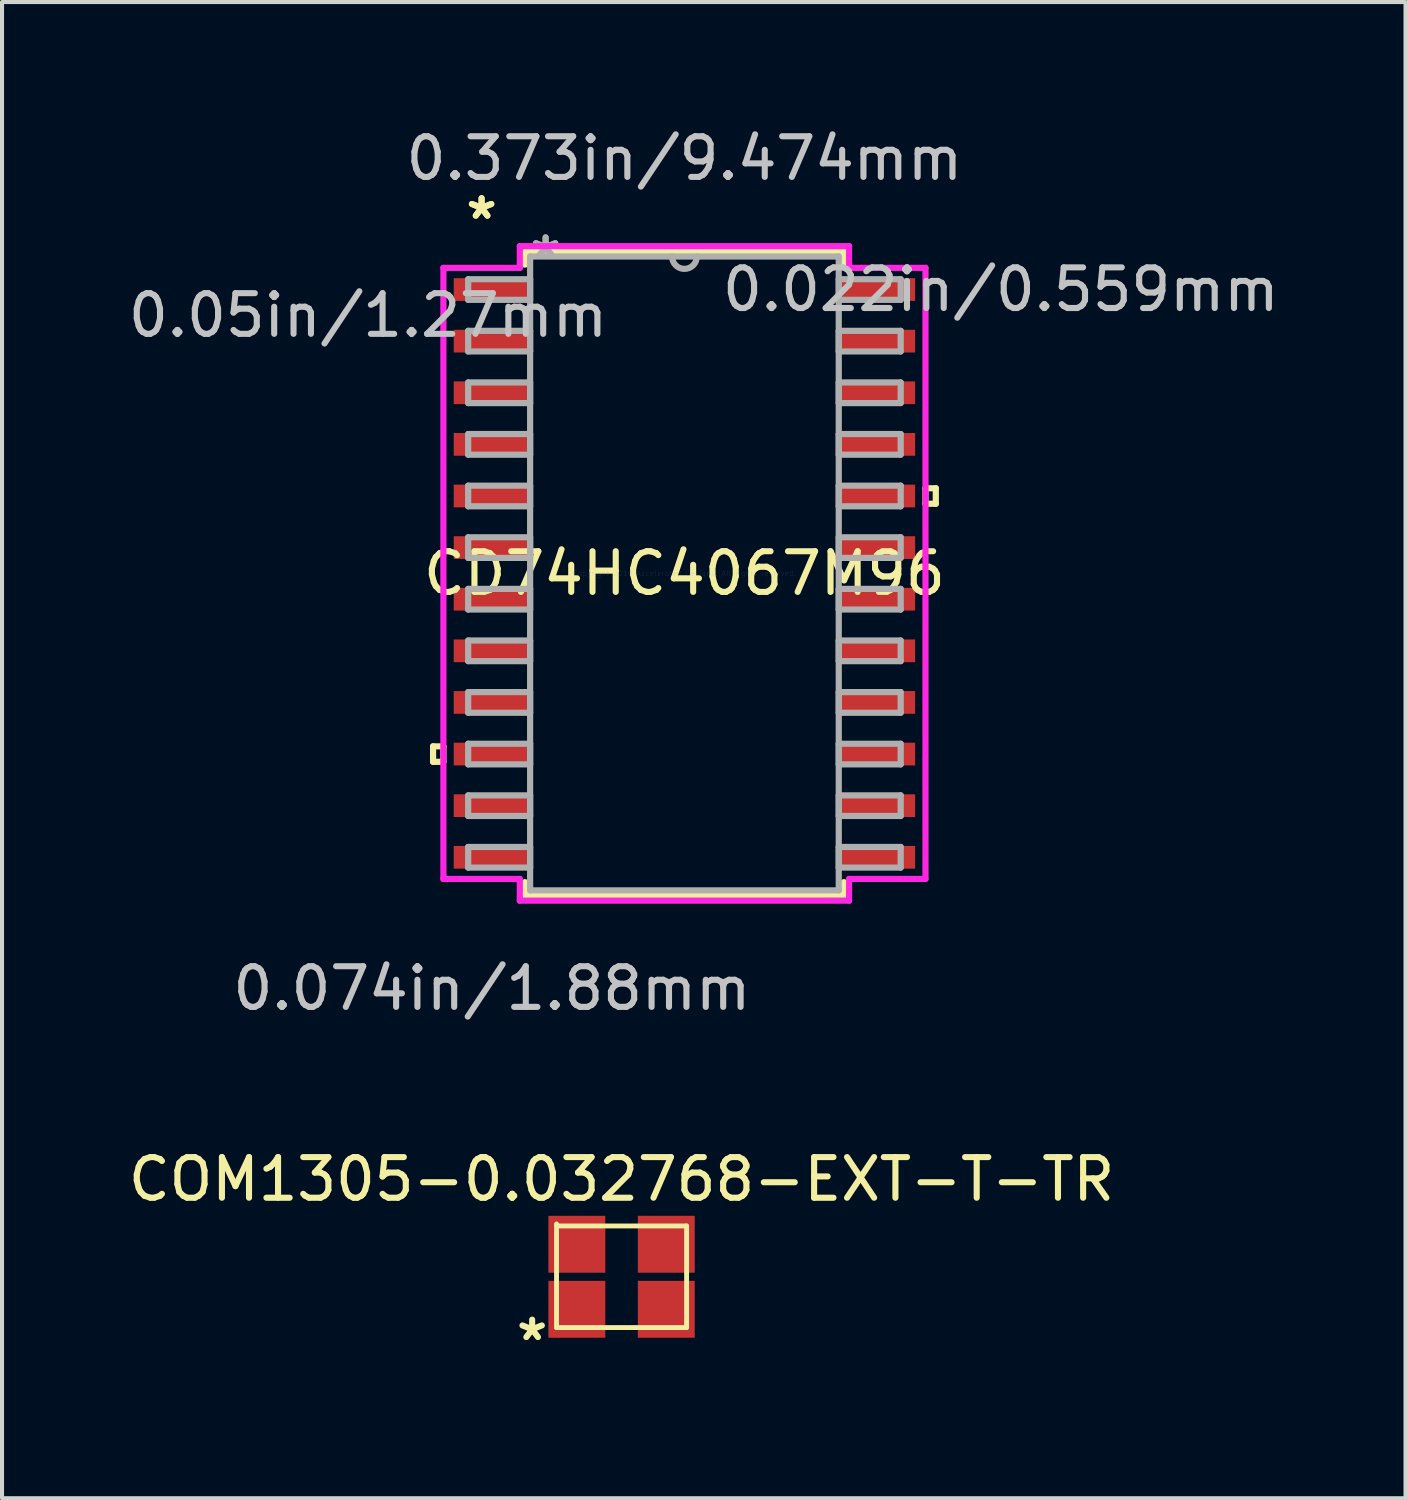
<source format=kicad_pcb>
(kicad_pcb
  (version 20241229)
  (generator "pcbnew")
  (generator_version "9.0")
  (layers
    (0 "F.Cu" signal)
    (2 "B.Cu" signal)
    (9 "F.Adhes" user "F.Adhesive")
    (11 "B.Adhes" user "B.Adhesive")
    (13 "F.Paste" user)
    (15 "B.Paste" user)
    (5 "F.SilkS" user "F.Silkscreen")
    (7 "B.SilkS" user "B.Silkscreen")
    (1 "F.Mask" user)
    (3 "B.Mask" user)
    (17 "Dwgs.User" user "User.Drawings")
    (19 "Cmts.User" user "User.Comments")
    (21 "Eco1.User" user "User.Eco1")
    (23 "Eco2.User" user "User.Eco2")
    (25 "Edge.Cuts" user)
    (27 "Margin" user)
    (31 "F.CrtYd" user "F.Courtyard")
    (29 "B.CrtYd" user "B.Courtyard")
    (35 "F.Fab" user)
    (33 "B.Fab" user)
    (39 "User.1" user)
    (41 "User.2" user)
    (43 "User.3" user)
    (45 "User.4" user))
  (footprint "CD74HC4067M96"
    (layer "F.Cu")
    (at 13.791 11.059)
    (property "Reference" "CD74HC4067M96" (at 0 0 0) (layer "F.SilkS") (effects (font (size 1 1) (thickness 0.15))))
    (attr through_hole)
    (fp_line (start -6.185 4.255) (end -6.185 4.636) (stroke (width 0.152) (type solid)) (layer "F.SilkS"))
    (fp_line (start -6.185 4.636) (end -5.931 4.636) (stroke (width 0.152) (type solid)) (layer "F.SilkS"))
    (fp_line (start -5.931 4.255) (end -6.185 4.255) (stroke (width 0.152) (type solid)) (layer "F.SilkS"))
    (fp_line (start -5.931 4.636) (end -5.931 4.255) (stroke (width 0.152) (type solid)) (layer "F.SilkS"))
    (fp_line (start -3.924 -7.925) (end -3.924 -7.597) (stroke (width 0.152) (type solid)) (layer "F.SilkS"))
    (fp_line (start -3.924 7.597) (end -3.924 7.925) (stroke (width 0.152) (type solid)) (layer "F.SilkS"))
    (fp_line (start -3.924 7.925) (end 3.924 7.925) (stroke (width 0.152) (type solid)) (layer "F.SilkS"))
    (fp_line (start 3.924 -7.925) (end -3.924 -7.925) (stroke (width 0.152) (type solid)) (layer "F.SilkS"))
    (fp_line (start 3.924 -7.597) (end 3.924 -7.925) (stroke (width 0.152) (type solid)) (layer "F.SilkS"))
    (fp_line (start 3.924 7.925) (end 3.924 7.597) (stroke (width 0.152) (type solid)) (layer "F.SilkS"))
    (fp_line (start 5.931 -2.095) (end 6.185 -2.095) (stroke (width 0.152) (type solid)) (layer "F.SilkS"))
    (fp_line (start 5.931 -1.714) (end 5.931 -2.095) (stroke (width 0.152) (type solid)) (layer "F.SilkS"))
    (fp_line (start 6.185 -2.095) (end 6.185 -1.714) (stroke (width 0.152) (type solid)) (layer "F.SilkS"))
    (fp_line (start 6.185 -1.714) (end 5.931 -1.714) (stroke (width 0.152) (type solid)) (layer "F.SilkS"))
    (fp_line (start -5.931 -7.518) (end -4.051 -7.518) (stroke (width 0.152) (type solid)) (layer "F.CrtYd"))
    (fp_line (start -5.931 7.518) (end -5.931 -7.518) (stroke (width 0.152) (type solid)) (layer "F.CrtYd"))
    (fp_line (start -4.051 -8.052) (end 4.051 -8.052) (stroke (width 0.152) (type solid)) (layer "F.CrtYd"))
    (fp_line (start -4.051 -7.518) (end -4.051 -8.052) (stroke (width 0.152) (type solid)) (layer "F.CrtYd"))
    (fp_line (start -4.051 7.518) (end -5.931 7.518) (stroke (width 0.152) (type solid)) (layer "F.CrtYd"))
    (fp_line (start -4.051 8.052) (end -4.051 7.518) (stroke (width 0.152) (type solid)) (layer "F.CrtYd"))
    (fp_line (start 4.051 -8.052) (end 4.051 -7.518) (stroke (width 0.152) (type solid)) (layer "F.CrtYd"))
    (fp_line (start 4.051 -7.518) (end 5.931 -7.518) (stroke (width 0.152) (type solid)) (layer "F.CrtYd"))
    (fp_line (start 4.051 7.518) (end 4.051 8.052) (stroke (width 0.152) (type solid)) (layer "F.CrtYd"))
    (fp_line (start 4.051 8.052) (end -4.051 8.052) (stroke (width 0.152) (type solid)) (layer "F.CrtYd"))
    (fp_line (start 5.931 -7.518) (end 5.931 7.518) (stroke (width 0.152) (type solid)) (layer "F.CrtYd"))
    (fp_line (start 5.931 7.518) (end 4.051 7.518) (stroke (width 0.152) (type solid)) (layer "F.CrtYd"))
    (fp_line (start -5.321 -7.239) (end -5.321 -6.731) (stroke (width 0.152) (type solid)) (layer "F.Fab"))
    (fp_line (start -5.321 -6.731) (end -3.797 -6.731) (stroke (width 0.152) (type solid)) (layer "F.Fab"))
    (fp_line (start -5.321 -5.969) (end -5.321 -5.461) (stroke (width 0.152) (type solid)) (layer "F.Fab"))
    (fp_line (start -5.321 -5.461) (end -3.797 -5.461) (stroke (width 0.152) (type solid)) (layer "F.Fab"))
    (fp_line (start -5.321 -4.699) (end -5.321 -4.191) (stroke (width 0.152) (type solid)) (layer "F.Fab"))
    (fp_line (start -5.321 -4.191) (end -3.797 -4.191) (stroke (width 0.152) (type solid)) (layer "F.Fab"))
    (fp_line (start -5.321 -3.429) (end -5.321 -2.921) (stroke (width 0.152) (type solid)) (layer "F.Fab"))
    (fp_line (start -5.321 -2.921) (end -3.797 -2.921) (stroke (width 0.152) (type solid)) (layer "F.Fab"))
    (fp_line (start -5.321 -2.159) (end -5.321 -1.651) (stroke (width 0.152) (type solid)) (layer "F.Fab"))
    (fp_line (start -5.321 -1.651) (end -3.797 -1.651) (stroke (width 0.152) (type solid)) (layer "F.Fab"))
    (fp_line (start -5.321 -0.889) (end -5.321 -0.381) (stroke (width 0.152) (type solid)) (layer "F.Fab"))
    (fp_line (start -5.321 -0.381) (end -3.797 -0.381) (stroke (width 0.152) (type solid)) (layer "F.Fab"))
    (fp_line (start -5.321 0.381) (end -5.321 0.889) (stroke (width 0.152) (type solid)) (layer "F.Fab"))
    (fp_line (start -5.321 0.889) (end -3.797 0.889) (stroke (width 0.152) (type solid)) (layer "F.Fab"))
    (fp_line (start -5.321 1.651) (end -5.321 2.159) (stroke (width 0.152) (type solid)) (layer "F.Fab"))
    (fp_line (start -5.321 2.159) (end -3.797 2.159) (stroke (width 0.152) (type solid)) (layer "F.Fab"))
    (fp_line (start -5.321 2.921) (end -5.321 3.429) (stroke (width 0.152) (type solid)) (layer "F.Fab"))
    (fp_line (start -5.321 3.429) (end -3.797 3.429) (stroke (width 0.152) (type solid)) (layer "F.Fab"))
    (fp_line (start -5.321 4.191) (end -5.321 4.699) (stroke (width 0.152) (type solid)) (layer "F.Fab"))
    (fp_line (start -5.321 4.699) (end -3.797 4.699) (stroke (width 0.152) (type solid)) (layer "F.Fab"))
    (fp_line (start -5.321 5.461) (end -5.321 5.969) (stroke (width 0.152) (type solid)) (layer "F.Fab"))
    (fp_line (start -5.321 5.969) (end -3.797 5.969) (stroke (width 0.152) (type solid)) (layer "F.Fab"))
    (fp_line (start -5.321 6.731) (end -5.321 7.239) (stroke (width 0.152) (type solid)) (layer "F.Fab"))
    (fp_line (start -5.321 7.239) (end -3.797 7.239) (stroke (width 0.152) (type solid)) (layer "F.Fab"))
    (fp_line (start -3.797 -7.798) (end -3.797 7.798) (stroke (width 0.152) (type solid)) (layer "F.Fab"))
    (fp_line (start -3.797 -7.239) (end -5.321 -7.239) (stroke (width 0.152) (type solid)) (layer "F.Fab"))
    (fp_line (start -3.797 -6.731) (end -3.797 -7.239) (stroke (width 0.152) (type solid)) (layer "F.Fab"))
    (fp_line (start -3.797 -5.969) (end -5.321 -5.969) (stroke (width 0.152) (type solid)) (layer "F.Fab"))
    (fp_line (start -3.797 -5.461) (end -3.797 -5.969) (stroke (width 0.152) (type solid)) (layer "F.Fab"))
    (fp_line (start -3.797 -4.699) (end -5.321 -4.699) (stroke (width 0.152) (type solid)) (layer "F.Fab"))
    (fp_line (start -3.797 -4.191) (end -3.797 -4.699) (stroke (width 0.152) (type solid)) (layer "F.Fab"))
    (fp_line (start -3.797 -3.429) (end -5.321 -3.429) (stroke (width 0.152) (type solid)) (layer "F.Fab"))
    (fp_line (start -3.797 -2.921) (end -3.797 -3.429) (stroke (width 0.152) (type solid)) (layer "F.Fab"))
    (fp_line (start -3.797 -2.159) (end -5.321 -2.159) (stroke (width 0.152) (type solid)) (layer "F.Fab"))
    (fp_line (start -3.797 -1.651) (end -3.797 -2.159) (stroke (width 0.152) (type solid)) (layer "F.Fab"))
    (fp_line (start -3.797 -0.889) (end -5.321 -0.889) (stroke (width 0.152) (type solid)) (layer "F.Fab"))
    (fp_line (start -3.797 -0.381) (end -3.797 -0.889) (stroke (width 0.152) (type solid)) (layer "F.Fab"))
    (fp_line (start -3.797 0.381) (end -5.321 0.381) (stroke (width 0.152) (type solid)) (layer "F.Fab"))
    (fp_line (start -3.797 0.889) (end -3.797 0.381) (stroke (width 0.152) (type solid)) (layer "F.Fab"))
    (fp_line (start -3.797 1.651) (end -5.321 1.651) (stroke (width 0.152) (type solid)) (layer "F.Fab"))
    (fp_line (start -3.797 2.159) (end -3.797 1.651) (stroke (width 0.152) (type solid)) (layer "F.Fab"))
    (fp_line (start -3.797 2.921) (end -5.321 2.921) (stroke (width 0.152) (type solid)) (layer "F.Fab"))
    (fp_line (start -3.797 3.429) (end -3.797 2.921) (stroke (width 0.152) (type solid)) (layer "F.Fab"))
    (fp_line (start -3.797 4.191) (end -5.321 4.191) (stroke (width 0.152) (type solid)) (layer "F.Fab"))
    (fp_line (start -3.797 4.699) (end -3.797 4.191) (stroke (width 0.152) (type solid)) (layer "F.Fab"))
    (fp_line (start -3.797 5.461) (end -5.321 5.461) (stroke (width 0.152) (type solid)) (layer "F.Fab"))
    (fp_line (start -3.797 5.969) (end -3.797 5.461) (stroke (width 0.152) (type solid)) (layer "F.Fab"))
    (fp_line (start -3.797 6.731) (end -5.321 6.731) (stroke (width 0.152) (type solid)) (layer "F.Fab"))
    (fp_line (start -3.797 7.239) (end -3.797 6.731) (stroke (width 0.152) (type solid)) (layer "F.Fab"))
    (fp_line (start -3.797 7.798) (end 3.797 7.798) (stroke (width 0.152) (type solid)) (layer "F.Fab"))
    (fp_line (start 3.797 -7.798) (end -3.797 -7.798) (stroke (width 0.152) (type solid)) (layer "F.Fab"))
    (fp_line (start 3.797 -7.239) (end 3.797 -6.731) (stroke (width 0.152) (type solid)) (layer "F.Fab"))
    (fp_line (start 3.797 -6.731) (end 5.321 -6.731) (stroke (width 0.152) (type solid)) (layer "F.Fab"))
    (fp_line (start 3.797 -5.969) (end 3.797 -5.461) (stroke (width 0.152) (type solid)) (layer "F.Fab"))
    (fp_line (start 3.797 -5.461) (end 5.321 -5.461) (stroke (width 0.152) (type solid)) (layer "F.Fab"))
    (fp_line (start 3.797 -4.699) (end 3.797 -4.191) (stroke (width 0.152) (type solid)) (layer "F.Fab"))
    (fp_line (start 3.797 -4.191) (end 5.321 -4.191) (stroke (width 0.152) (type solid)) (layer "F.Fab"))
    (fp_line (start 3.797 -3.429) (end 3.797 -2.921) (stroke (width 0.152) (type solid)) (layer "F.Fab"))
    (fp_line (start 3.797 -2.921) (end 5.321 -2.921) (stroke (width 0.152) (type solid)) (layer "F.Fab"))
    (fp_line (start 3.797 -2.159) (end 3.797 -1.651) (stroke (width 0.152) (type solid)) (layer "F.Fab"))
    (fp_line (start 3.797 -1.651) (end 5.321 -1.651) (stroke (width 0.152) (type solid)) (layer "F.Fab"))
    (fp_line (start 3.797 -0.889) (end 3.797 -0.381) (stroke (width 0.152) (type solid)) (layer "F.Fab"))
    (fp_line (start 3.797 -0.381) (end 5.321 -0.381) (stroke (width 0.152) (type solid)) (layer "F.Fab"))
    (fp_line (start 3.797 0.381) (end 3.797 0.889) (stroke (width 0.152) (type solid)) (layer "F.Fab"))
    (fp_line (start 3.797 0.889) (end 5.321 0.889) (stroke (width 0.152) (type solid)) (layer "F.Fab"))
    (fp_line (start 3.797 1.651) (end 3.797 2.159) (stroke (width 0.152) (type solid)) (layer "F.Fab"))
    (fp_line (start 3.797 2.159) (end 5.321 2.159) (stroke (width 0.152) (type solid)) (layer "F.Fab"))
    (fp_line (start 3.797 2.921) (end 3.797 3.429) (stroke (width 0.152) (type solid)) (layer "F.Fab"))
    (fp_line (start 3.797 3.429) (end 5.321 3.429) (stroke (width 0.152) (type solid)) (layer "F.Fab"))
    (fp_line (start 3.797 4.191) (end 3.797 4.699) (stroke (width 0.152) (type solid)) (layer "F.Fab"))
    (fp_line (start 3.797 4.699) (end 5.321 4.699) (stroke (width 0.152) (type solid)) (layer "F.Fab"))
    (fp_line (start 3.797 5.461) (end 3.797 5.969) (stroke (width 0.152) (type solid)) (layer "F.Fab"))
    (fp_line (start 3.797 5.969) (end 5.321 5.969) (stroke (width 0.152) (type solid)) (layer "F.Fab"))
    (fp_line (start 3.797 6.731) (end 3.797 7.239) (stroke (width 0.152) (type solid)) (layer "F.Fab"))
    (fp_line (start 3.797 7.239) (end 5.321 7.239) (stroke (width 0.152) (type solid)) (layer "F.Fab"))
    (fp_line (start 3.797 7.798) (end 3.797 -7.798) (stroke (width 0.152) (type solid)) (layer "F.Fab"))
    (fp_line (start 5.321 -7.239) (end 3.797 -7.239) (stroke (width 0.152) (type solid)) (layer "F.Fab"))
    (fp_line (start 5.321 -6.731) (end 5.321 -7.239) (stroke (width 0.152) (type solid)) (layer "F.Fab"))
    (fp_line (start 5.321 -5.969) (end 3.797 -5.969) (stroke (width 0.152) (type solid)) (layer "F.Fab"))
    (fp_line (start 5.321 -5.461) (end 5.321 -5.969) (stroke (width 0.152) (type solid)) (layer "F.Fab"))
    (fp_line (start 5.321 -4.699) (end 3.797 -4.699) (stroke (width 0.152) (type solid)) (layer "F.Fab"))
    (fp_line (start 5.321 -4.191) (end 5.321 -4.699) (stroke (width 0.152) (type solid)) (layer "F.Fab"))
    (fp_line (start 5.321 -3.429) (end 3.797 -3.429) (stroke (width 0.152) (type solid)) (layer "F.Fab"))
    (fp_line (start 5.321 -2.921) (end 5.321 -3.429) (stroke (width 0.152) (type solid)) (layer "F.Fab"))
    (fp_line (start 5.321 -2.159) (end 3.797 -2.159) (stroke (width 0.152) (type solid)) (layer "F.Fab"))
    (fp_line (start 5.321 -1.651) (end 5.321 -2.159) (stroke (width 0.152) (type solid)) (layer "F.Fab"))
    (fp_line (start 5.321 -0.889) (end 3.797 -0.889) (stroke (width 0.152) (type solid)) (layer "F.Fab"))
    (fp_line (start 5.321 -0.381) (end 5.321 -0.889) (stroke (width 0.152) (type solid)) (layer "F.Fab"))
    (fp_line (start 5.321 0.381) (end 3.797 0.381) (stroke (width 0.152) (type solid)) (layer "F.Fab"))
    (fp_line (start 5.321 0.889) (end 5.321 0.381) (stroke (width 0.152) (type solid)) (layer "F.Fab"))
    (fp_line (start 5.321 1.651) (end 3.797 1.651) (stroke (width 0.152) (type solid)) (layer "F.Fab"))
    (fp_line (start 5.321 2.159) (end 5.321 1.651) (stroke (width 0.152) (type solid)) (layer "F.Fab"))
    (fp_line (start 5.321 2.921) (end 3.797 2.921) (stroke (width 0.152) (type solid)) (layer "F.Fab"))
    (fp_line (start 5.321 3.429) (end 5.321 2.921) (stroke (width 0.152) (type solid)) (layer "F.Fab"))
    (fp_line (start 5.321 4.191) (end 3.797 4.191) (stroke (width 0.152) (type solid)) (layer "F.Fab"))
    (fp_line (start 5.321 4.699) (end 5.321 4.191) (stroke (width 0.152) (type solid)) (layer "F.Fab"))
    (fp_line (start 5.321 5.461) (end 3.797 5.461) (stroke (width 0.152) (type solid)) (layer "F.Fab"))
    (fp_line (start 5.321 5.969) (end 5.321 5.461) (stroke (width 0.152) (type solid)) (layer "F.Fab"))
    (fp_line (start 5.321 6.731) (end 3.797 6.731) (stroke (width 0.152) (type solid)) (layer "F.Fab"))
    (fp_line (start 5.321 7.239) (end 5.321 6.731) (stroke (width 0.152) (type solid)) (layer "F.Fab"))
    (fp_arc (start 0.3048 -7.7978) (mid 0 -7.493) (end -0.3048 -7.7978) (stroke (width 0.1524) (type solid)) (layer "F.Fab"))
    (fp_text user "*" (at -4.991 -8.687 0) (layer "F.SilkS") (effects (font (size 1 1) (thickness 0.15))))
    (fp_text user "*" (at -4.991 -8.687 0) (layer "F.SilkS") (effects (font (size 1 1) (thickness 0.15))))
    (fp_text user "0.022in/0.559mm" (at 7.785 -6.985 0) (layer "Dwgs.User") (effects (font (size 1 1) (thickness 0.15))))
    (fp_text user "0.373in/9.474mm" (at 0 -10.211 0) (layer "Dwgs.User") (effects (font (size 1 1) (thickness 0.15))))
    (fp_text user "0.05in/1.27mm" (at -7.785 -6.35 0) (layer "Dwgs.User") (effects (font (size 1 1) (thickness 0.15))))
    (fp_text user "0.074in/1.88mm" (at -4.737 10.211 0) (layer "Dwgs.User") (effects (font (size 1 1) (thickness 0.15))))
    (fp_text user "Copyright 2016 Accelerated Designs. All rights reserved." (at 0 0 0) (layer "Cmts.User") (effects (font (size 0.127 0.127) (thickness 0.002))))
    (fp_text user "*" (at -3.416 -7.722 0) (layer "F.Fab") (effects (font (size 1 1) (thickness 0.15))))
    (fp_text user "*" (at -3.416 -7.722 0) (layer "F.Fab") (effects (font (size 1 1) (thickness 0.15))))
    (pad "1" smd rect (at -4.737 -6.985) (size 1.88 0.559) (layers "F.Cu" "F.Mask" "F.Paste"))
    (pad "2" smd rect (at -4.737 -5.715) (size 1.88 0.559) (layers "F.Cu" "F.Mask" "F.Paste"))
    (pad "3" smd rect (at -4.737 -4.445) (size 1.88 0.559) (layers "F.Cu" "F.Mask" "F.Paste"))
    (pad "4" smd rect (at -4.737 -3.175) (size 1.88 0.559) (layers "F.Cu" "F.Mask" "F.Paste"))
    (pad "5" smd rect (at -4.737 -1.905) (size 1.88 0.559) (layers "F.Cu" "F.Mask" "F.Paste"))
    (pad "6" smd rect (at -4.737 -0.635) (size 1.88 0.559) (layers "F.Cu" "F.Mask" "F.Paste"))
    (pad "7" smd rect (at -4.737 0.635) (size 1.88 0.559) (layers "F.Cu" "F.Mask" "F.Paste"))
    (pad "8" smd rect (at -4.737 1.905) (size 1.88 0.559) (layers "F.Cu" "F.Mask" "F.Paste"))
    (pad "9" smd rect (at -4.737 3.175) (size 1.88 0.559) (layers "F.Cu" "F.Mask" "F.Paste"))
    (pad "10" smd rect (at -4.737 4.445) (size 1.88 0.559) (layers "F.Cu" "F.Mask" "F.Paste"))
    (pad "11" smd rect (at -4.737 5.715) (size 1.88 0.559) (layers "F.Cu" "F.Mask" "F.Paste"))
    (pad "12" smd rect (at -4.737 6.985) (size 1.88 0.559) (layers "F.Cu" "F.Mask" "F.Paste"))
    (pad "13" smd rect (at 4.737 6.985) (size 1.88 0.559) (layers "F.Cu" "F.Mask" "F.Paste"))
    (pad "14" smd rect (at 4.737 5.715) (size 1.88 0.559) (layers "F.Cu" "F.Mask" "F.Paste"))
    (pad "15" smd rect (at 4.737 4.445) (size 1.88 0.559) (layers "F.Cu" "F.Mask" "F.Paste"))
    (pad "16" smd rect (at 4.737 3.175) (size 1.88 0.559) (layers "F.Cu" "F.Mask" "F.Paste"))
    (pad "17" smd rect (at 4.737 1.905) (size 1.88 0.559) (layers "F.Cu" "F.Mask" "F.Paste"))
    (pad "18" smd rect (at 4.737 0.635) (size 1.88 0.559) (layers "F.Cu" "F.Mask" "F.Paste"))
    (pad "19" smd rect (at 4.737 -0.635) (size 1.88 0.559) (layers "F.Cu" "F.Mask" "F.Paste"))
    (pad "20" smd rect (at 4.737 -1.905) (size 1.88 0.559) (layers "F.Cu" "F.Mask" "F.Paste"))
    (pad "21" smd rect (at 4.737 -3.175) (size 1.88 0.559) (layers "F.Cu" "F.Mask" "F.Paste"))
    (pad "22" smd rect (at 4.737 -4.445) (size 1.88 0.559) (layers "F.Cu" "F.Mask" "F.Paste"))
    (pad "23" smd rect (at 4.737 -5.715) (size 1.88 0.559) (layers "F.Cu" "F.Mask" "F.Paste"))
    (pad "24" smd rect (at 4.737 -6.985) (size 1.88 0.559) (layers "F.Cu" "F.Mask" "F.Paste")))
  (footprint "COM1305-0.032768-EXT-T-TR"
    (layer "F.Cu")
    (at 12.244 28.366)
    (property "Reference" "COM1305-0.032768-EXT-T-TR" (at 0 -2.4 0) (layer "F.SilkS") (effects (font (size 1 1) (thickness 0.15))))
    (attr through_hole)
    (fp_line (start -1.6 -1.25) (end 1.6 -1.25) (stroke (width 0.12) (type solid)) (layer "F.SilkS"))
    (fp_line (start -1.6 1.25) (end -1.6 -1.3) (stroke (width 0.12) (type solid)) (layer "F.SilkS"))
    (fp_line (start 1.6 -1.25) (end 1.6 1.25) (stroke (width 0.12) (type solid)) (layer "F.SilkS"))
    (fp_line (start 1.6 1.25) (end -1.6 1.25) (stroke (width 0.12) (type solid)) (layer "F.SilkS"))
    (fp_text user "*" (at -2.2 1.6 0) (layer "F.SilkS") (effects (font (size 1 1) (thickness 0.15))))
    (pad "1" smd rect (at -1.1 0.8) (size 1.4 1.4) (layers "F.Cu" "F.Mask" "F.Paste"))
    (pad "2" smd rect (at 1.1 0.8) (size 1.4 1.4) (layers "F.Cu" "F.Mask" "F.Paste"))
    (pad "3" smd rect (at 1.1 -0.8) (size 1.4 1.4) (layers "F.Cu" "F.Mask" "F.Paste"))
    (pad "4" smd rect (at -1.1 -0.8) (size 1.4 1.4) (layers "F.Cu" "F.Mask" "F.Paste")))
  (gr_rect
    (start -3 -3)
    (end 31.534 33.815)
    (stroke (width 0.1) (type default))
    (fill no)
    (layer "Edge.Cuts")))
</source>
